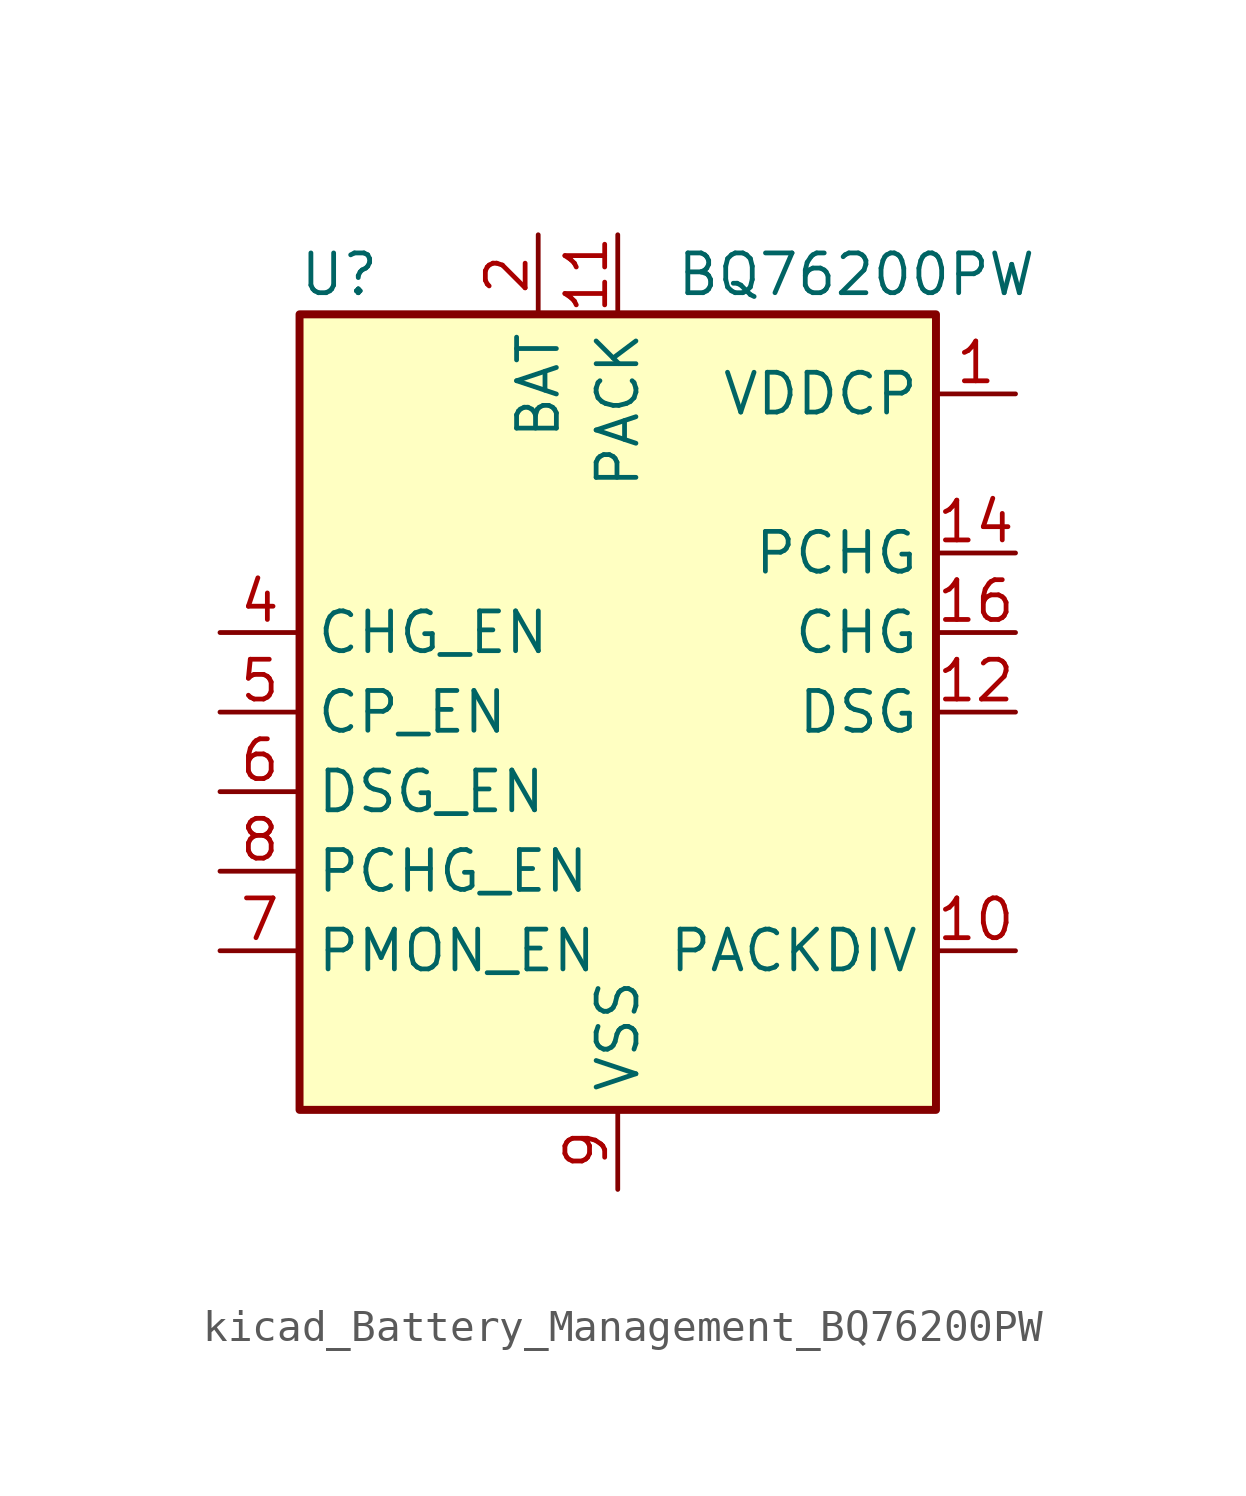
<source format=kicad_sym>
(kicad_symbol_lib
  (version 20220914)
  (generator kicad_symbol_editor)
  (symbol "kicad_Battery_Management_BQ76200PW"
    (property "Reference" "U"
      (at -8.89 13.97 0)
      (effects (font (size 1.27 1.27))))
    (property "Value" "BQ76200PW"
      (at 7.62 13.97 0)
      (effects (font (size 1.27 1.27))))
    (symbol "kicad_Battery_Management_BQ76200PW_0_1"
      (rectangle (start -10.16 -12.7) (end 10.16 12.7) (stroke (width 0.254) (type default)) (fill (type background))))
    (symbol "kicad_Battery_Management_BQ76200PW_1_1"
      (pin output line (at 12.7 10.16 180) (length 2.54) (name "VDDCP" (effects (font (size 1.27 1.27)))) (number "1" (effects (font (size 1.27 1.27)))))
      (pin output line (at 12.7 -7.62 180) (length 2.54) (name "PACKDIV" (effects (font (size 1.27 1.27)))) (number "10" (effects (font (size 1.27 1.27)))))
      (pin power_in line (at 0 15.24 270) (length 2.54) (name "PACK" (effects (font (size 1.27 1.27)))) (number "11" (effects (font (size 1.27 1.27)))))
      (pin output line (at 12.7 0 180) (length 2.54) (name "DSG" (effects (font (size 1.27 1.27)))) (number "12" (effects (font (size 1.27 1.27)))))
      (pin no_connect line (at -10.16 7.62 0) (length 2.54) hide (name "NC" (effects (font (size 1.27 1.27)))) (number "13" (effects (font (size 1.27 1.27)))))
      (pin output line (at 12.7 5.08 180) (length 2.54) (name "PCHG" (effects (font (size 1.27 1.27)))) (number "14" (effects (font (size 1.27 1.27)))))
      (pin no_connect line (at -10.16 5.08 0) (length 2.54) hide (name "NC" (effects (font (size 1.27 1.27)))) (number "15" (effects (font (size 1.27 1.27)))))
      (pin output line (at 12.7 2.54 180) (length 2.54) (name "CHG" (effects (font (size 1.27 1.27)))) (number "16" (effects (font (size 1.27 1.27)))))
      (pin power_in line (at -2.54 15.24 270) (length 2.54) (name "BAT" (effects (font (size 1.27 1.27)))) (number "2" (effects (font (size 1.27 1.27)))))
      (pin no_connect line (at -10.16 10.16 0) (length 2.54) hide (name "NC" (effects (font (size 1.27 1.27)))) (number "3" (effects (font (size 1.27 1.27)))))
      (pin input line (at -12.7 2.54 0) (length 2.54) (name "CHG_EN" (effects (font (size 1.27 1.27)))) (number "4" (effects (font (size 1.27 1.27)))))
      (pin input line (at -12.7 0 0) (length 2.54) (name "CP_EN" (effects (font (size 1.27 1.27)))) (number "5" (effects (font (size 1.27 1.27)))))
      (pin input line (at -12.7 -2.54 0) (length 2.54) (name "DSG_EN" (effects (font (size 1.27 1.27)))) (number "6" (effects (font (size 1.27 1.27)))))
      (pin input line (at -12.7 -7.62 0) (length 2.54) (name "PMON_EN" (effects (font (size 1.27 1.27)))) (number "7" (effects (font (size 1.27 1.27)))))
      (pin input line (at -12.7 -5.08 0) (length 2.54) (name "PCHG_EN" (effects (font (size 1.27 1.27)))) (number "8" (effects (font (size 1.27 1.27)))))
      (pin power_in line (at 0 -15.24 90) (length 2.54) (name "VSS" (effects (font (size 1.27 1.27)))) (number "9" (effects (font (size 1.27 1.27))))))))
</source>
